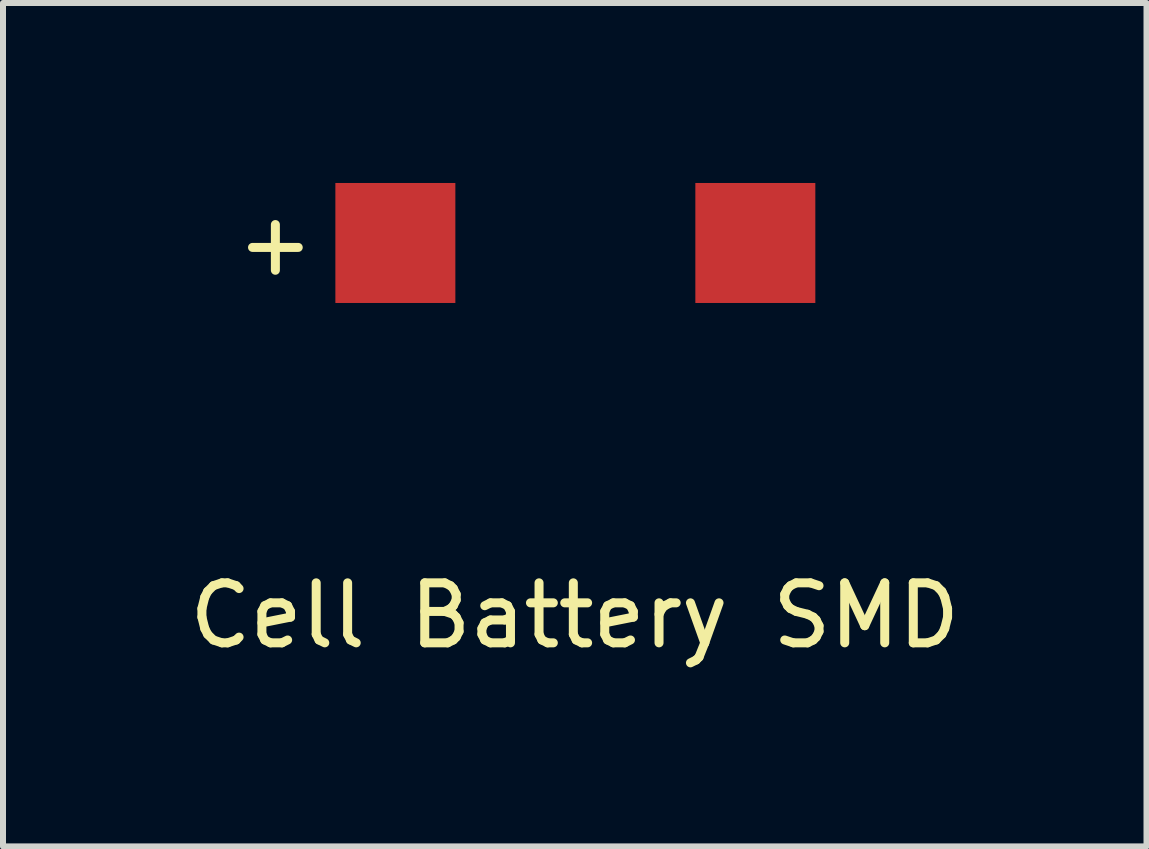
<source format=kicad_pcb>
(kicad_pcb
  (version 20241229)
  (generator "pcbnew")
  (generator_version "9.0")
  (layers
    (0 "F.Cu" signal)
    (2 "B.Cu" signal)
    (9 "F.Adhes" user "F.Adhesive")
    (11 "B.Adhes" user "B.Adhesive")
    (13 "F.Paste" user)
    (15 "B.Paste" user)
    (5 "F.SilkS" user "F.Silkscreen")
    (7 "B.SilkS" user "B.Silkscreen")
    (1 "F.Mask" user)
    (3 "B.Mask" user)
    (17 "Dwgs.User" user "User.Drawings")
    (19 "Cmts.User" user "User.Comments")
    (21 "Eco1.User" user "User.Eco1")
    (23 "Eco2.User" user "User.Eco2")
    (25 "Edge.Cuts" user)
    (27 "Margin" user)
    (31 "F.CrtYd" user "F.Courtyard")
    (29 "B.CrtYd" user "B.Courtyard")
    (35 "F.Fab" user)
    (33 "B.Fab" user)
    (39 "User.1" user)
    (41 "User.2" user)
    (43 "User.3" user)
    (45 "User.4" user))
  (footprint "Cell Battery SMD"
    (layer "F.Cu")
    (at 6.54 1)
    (property "Reference" "Cell Battery SMD" (at -0.01 6.21 0) (layer "F.SilkS") (effects (font (size 1 1) (thickness 0.15))))
    (attr through_hole)
    (fp_text user "+" (at -5 0 0) (layer "F.SilkS") (effects (font (size 1 1) (thickness 0.15))))
    (pad "1" smd rect (at -3 0) (size 2 2) (layers "F.Cu" "F.Mask" "F.Paste"))
    (pad "2" smd rect (at 3 0) (size 2 2) (layers "F.Cu" "F.Mask" "F.Paste")))
  (gr_rect
    (start -3 -3)
    (end 16.06 11.058)
    (stroke (width 0.1) (type default))
    (fill no)
    (layer "Edge.Cuts")))
</source>
